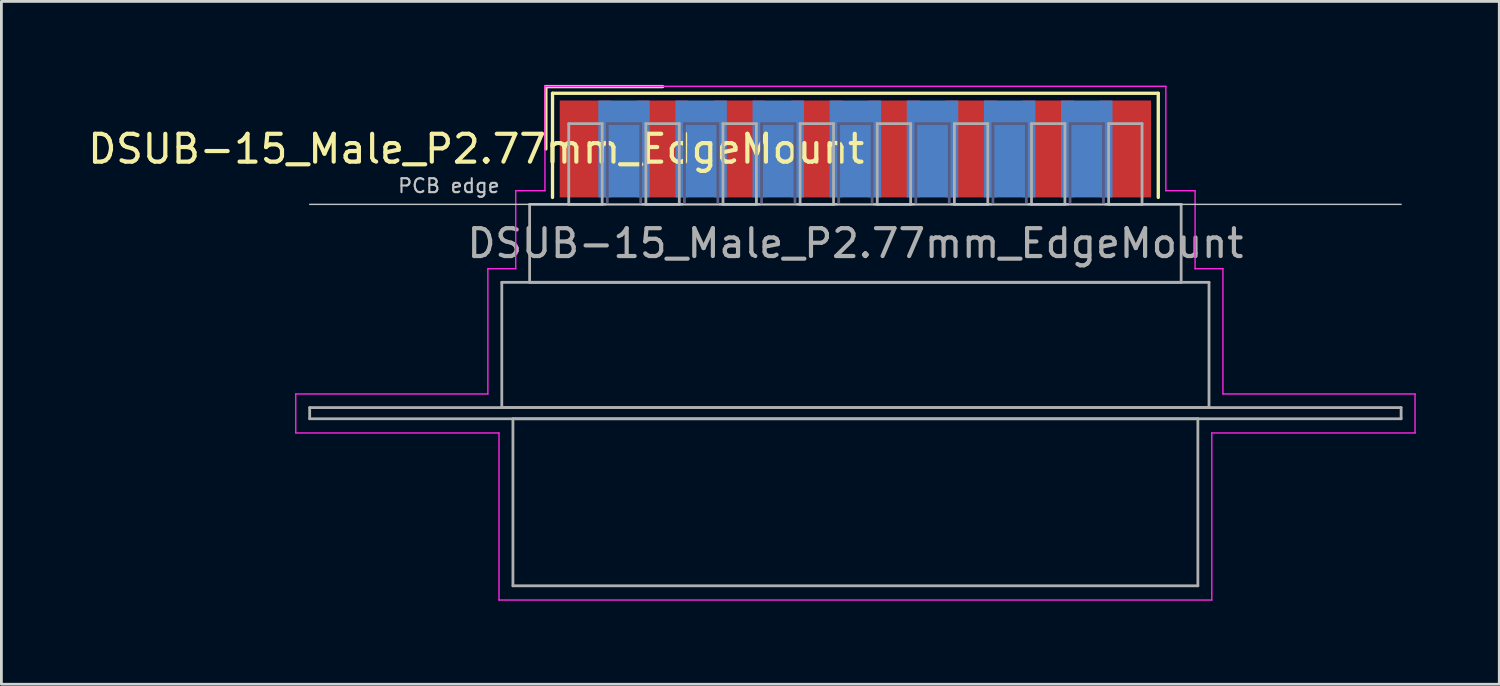
<source format=kicad_pcb>
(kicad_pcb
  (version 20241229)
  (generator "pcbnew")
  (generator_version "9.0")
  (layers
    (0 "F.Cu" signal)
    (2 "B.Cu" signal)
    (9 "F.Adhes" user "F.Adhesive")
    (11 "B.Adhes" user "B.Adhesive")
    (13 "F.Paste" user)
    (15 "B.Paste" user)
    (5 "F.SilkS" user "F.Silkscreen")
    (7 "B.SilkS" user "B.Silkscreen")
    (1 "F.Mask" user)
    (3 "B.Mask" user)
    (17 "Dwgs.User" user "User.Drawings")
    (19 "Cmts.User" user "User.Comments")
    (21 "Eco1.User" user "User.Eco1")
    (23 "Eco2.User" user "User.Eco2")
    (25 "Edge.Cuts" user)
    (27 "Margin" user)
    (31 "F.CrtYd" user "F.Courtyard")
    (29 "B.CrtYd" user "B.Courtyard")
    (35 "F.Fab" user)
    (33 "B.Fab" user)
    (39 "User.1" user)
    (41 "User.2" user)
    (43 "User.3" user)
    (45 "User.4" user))
  (footprint "DSUB-15_Male_P2.77mm_EdgeMount"
    (layer "F.Cu")
    (at 27.672 2.3)
    (property "Reference" "DSUB-15_Male_P2.77mm_EdgeMount" (at -13.618 0 0) (layer "F.SilkS") (effects (font (size 1 1) (thickness 0.15))))
    (attr smd)
    (fp_line (start -11.118 -2.24) (end -6.925 -2.24) (stroke (width 0.12) (type solid)) (layer "F.SilkS"))
    (fp_line (start -11.118 0) (end -11.118 -2.24) (stroke (width 0.12) (type solid)) (layer "F.SilkS"))
    (fp_line (start -10.878 -2) (end -10.878 1.74) (stroke (width 0.12) (type solid)) (layer "F.SilkS"))
    (fp_line (start 10.878 -2) (end -10.878 -2) (stroke (width 0.12) (type solid)) (layer "F.SilkS"))
    (fp_line (start 10.878 1.74) (end 10.878 -2) (stroke (width 0.12) (type solid)) (layer "F.SilkS"))
    (fp_line (start -19.6 1.99) (end 19.6 1.99) (stroke (width 0.05) (type solid)) (layer "Dwgs.User"))
    (fp_line (start -20.1 8.8) (end -13.2 8.8) (stroke (width 0.05) (type solid)) (layer "F.CrtYd"))
    (fp_line (start -20.1 10.2) (end -20.1 8.8) (stroke (width 0.05) (type solid)) (layer "F.CrtYd"))
    (fp_line (start -13.2 4.3) (end -12.2 4.3) (stroke (width 0.05) (type solid)) (layer "F.CrtYd"))
    (fp_line (start -13.2 8.8) (end -13.2 4.3) (stroke (width 0.05) (type solid)) (layer "F.CrtYd"))
    (fp_line (start -12.8 10.2) (end -20.1 10.2) (stroke (width 0.05) (type solid)) (layer "F.CrtYd"))
    (fp_line (start -12.8 16.2) (end -12.8 10.2) (stroke (width 0.05) (type solid)) (layer "F.CrtYd"))
    (fp_line (start -12.2 1.5) (end -11.15 1.5) (stroke (width 0.05) (type solid)) (layer "F.CrtYd"))
    (fp_line (start -12.2 4.3) (end -12.2 1.5) (stroke (width 0.05) (type solid)) (layer "F.CrtYd"))
    (fp_line (start -11.15 -2.25) (end 11.15 -2.25) (stroke (width 0.05) (type solid)) (layer "F.CrtYd"))
    (fp_line (start -11.15 1.5) (end -11.15 -2.25) (stroke (width 0.05) (type solid)) (layer "F.CrtYd"))
    (fp_line (start 11.15 -2.25) (end 11.15 1.5) (stroke (width 0.05) (type solid)) (layer "F.CrtYd"))
    (fp_line (start 11.15 1.5) (end 12.2 1.5) (stroke (width 0.05) (type solid)) (layer "F.CrtYd"))
    (fp_line (start 12.2 1.5) (end 12.2 4.3) (stroke (width 0.05) (type solid)) (layer "F.CrtYd"))
    (fp_line (start 12.2 4.3) (end 13.2 4.3) (stroke (width 0.05) (type solid)) (layer "F.CrtYd"))
    (fp_line (start 12.8 10.2) (end 12.8 16.2) (stroke (width 0.05) (type solid)) (layer "F.CrtYd"))
    (fp_line (start 12.8 16.2) (end -12.8 16.2) (stroke (width 0.05) (type solid)) (layer "F.CrtYd"))
    (fp_line (start 13.2 4.3) (end 13.2 8.8) (stroke (width 0.05) (type solid)) (layer "F.CrtYd"))
    (fp_line (start 13.2 8.8) (end 20.1 8.8) (stroke (width 0.05) (type solid)) (layer "F.CrtYd"))
    (fp_line (start 20.1 8.8) (end 20.1 10.2) (stroke (width 0.05) (type solid)) (layer "F.CrtYd"))
    (fp_line (start 20.1 10.2) (end 12.8 10.2) (stroke (width 0.05) (type solid)) (layer "F.CrtYd"))
    (fp_line (start -8.91 -0.91) (end -8.91 1.99) (stroke (width 0.1) (type solid)) (layer "B.Fab"))
    (fp_line (start -8.91 1.99) (end -7.71 1.99) (stroke (width 0.1) (type solid)) (layer "B.Fab"))
    (fp_line (start -7.71 -0.91) (end -8.91 -0.91) (stroke (width 0.1) (type solid)) (layer "B.Fab"))
    (fp_line (start -7.71 1.99) (end -7.71 -0.91) (stroke (width 0.1) (type solid)) (layer "B.Fab"))
    (fp_line (start -6.14 -0.91) (end -6.14 1.99) (stroke (width 0.1) (type solid)) (layer "B.Fab"))
    (fp_line (start -6.14 1.99) (end -4.94 1.99) (stroke (width 0.1) (type solid)) (layer "B.Fab"))
    (fp_line (start -4.94 -0.91) (end -6.14 -0.91) (stroke (width 0.1) (type solid)) (layer "B.Fab"))
    (fp_line (start -4.94 1.99) (end -4.94 -0.91) (stroke (width 0.1) (type solid)) (layer "B.Fab"))
    (fp_line (start -3.37 -0.91) (end -3.37 1.99) (stroke (width 0.1) (type solid)) (layer "B.Fab"))
    (fp_line (start -3.37 1.99) (end -2.17 1.99) (stroke (width 0.1) (type solid)) (layer "B.Fab"))
    (fp_line (start -2.17 -0.91) (end -3.37 -0.91) (stroke (width 0.1) (type solid)) (layer "B.Fab"))
    (fp_line (start -2.17 1.99) (end -2.17 -0.91) (stroke (width 0.1) (type solid)) (layer "B.Fab"))
    (fp_line (start -0.6 -0.91) (end -0.6 1.99) (stroke (width 0.1) (type solid)) (layer "B.Fab"))
    (fp_line (start -0.6 1.99) (end 0.6 1.99) (stroke (width 0.1) (type solid)) (layer "B.Fab"))
    (fp_line (start 0.6 -0.91) (end -0.6 -0.91) (stroke (width 0.1) (type solid)) (layer "B.Fab"))
    (fp_line (start 0.6 1.99) (end 0.6 -0.91) (stroke (width 0.1) (type solid)) (layer "B.Fab"))
    (fp_line (start 2.17 -0.91) (end 2.17 1.99) (stroke (width 0.1) (type solid)) (layer "B.Fab"))
    (fp_line (start 2.17 1.99) (end 3.37 1.99) (stroke (width 0.1) (type solid)) (layer "B.Fab"))
    (fp_line (start 3.37 -0.91) (end 2.17 -0.91) (stroke (width 0.1) (type solid)) (layer "B.Fab"))
    (fp_line (start 3.37 1.99) (end 3.37 -0.91) (stroke (width 0.1) (type solid)) (layer "B.Fab"))
    (fp_line (start 4.94 -0.91) (end 4.94 1.99) (stroke (width 0.1) (type solid)) (layer "B.Fab"))
    (fp_line (start 4.94 1.99) (end 6.14 1.99) (stroke (width 0.1) (type solid)) (layer "B.Fab"))
    (fp_line (start 6.14 -0.91) (end 4.94 -0.91) (stroke (width 0.1) (type solid)) (layer "B.Fab"))
    (fp_line (start 6.14 1.99) (end 6.14 -0.91) (stroke (width 0.1) (type solid)) (layer "B.Fab"))
    (fp_line (start 7.71 -0.91) (end 7.71 1.99) (stroke (width 0.1) (type solid)) (layer "B.Fab"))
    (fp_line (start 7.71 1.99) (end 8.91 1.99) (stroke (width 0.1) (type solid)) (layer "B.Fab"))
    (fp_line (start 8.91 -0.91) (end 7.71 -0.91) (stroke (width 0.1) (type solid)) (layer "B.Fab"))
    (fp_line (start 8.91 1.99) (end 8.91 -0.91) (stroke (width 0.1) (type solid)) (layer "B.Fab"))
    (fp_line (start -19.6 9.29) (end -19.6 9.69) (stroke (width 0.1) (type solid)) (layer "F.Fab"))
    (fp_line (start -19.6 9.69) (end 19.6 9.69) (stroke (width 0.1) (type solid)) (layer "F.Fab"))
    (fp_line (start -12.7 4.79) (end -12.7 9.29) (stroke (width 0.1) (type solid)) (layer "F.Fab"))
    (fp_line (start -12.7 9.29) (end 12.7 9.29) (stroke (width 0.1) (type solid)) (layer "F.Fab"))
    (fp_line (start -12.3 9.69) (end -12.3 15.69) (stroke (width 0.1) (type solid)) (layer "F.Fab"))
    (fp_line (start -12.3 15.69) (end 12.3 15.69) (stroke (width 0.1) (type solid)) (layer "F.Fab"))
    (fp_line (start -11.7 1.99) (end -11.7 4.79) (stroke (width 0.1) (type solid)) (layer "F.Fab"))
    (fp_line (start -11.7 4.79) (end 11.7 4.79) (stroke (width 0.1) (type solid)) (layer "F.Fab"))
    (fp_line (start -10.295 -0.91) (end -10.295 1.99) (stroke (width 0.1) (type solid)) (layer "F.Fab"))
    (fp_line (start -10.295 1.99) (end -9.095 1.99) (stroke (width 0.1) (type solid)) (layer "F.Fab"))
    (fp_line (start -9.095 -0.91) (end -10.295 -0.91) (stroke (width 0.1) (type solid)) (layer "F.Fab"))
    (fp_line (start -9.095 1.99) (end -9.095 -0.91) (stroke (width 0.1) (type solid)) (layer "F.Fab"))
    (fp_line (start -7.525 -0.91) (end -7.525 1.99) (stroke (width 0.1) (type solid)) (layer "F.Fab"))
    (fp_line (start -7.525 1.99) (end -6.325 1.99) (stroke (width 0.1) (type solid)) (layer "F.Fab"))
    (fp_line (start -6.325 -0.91) (end -7.525 -0.91) (stroke (width 0.1) (type solid)) (layer "F.Fab"))
    (fp_line (start -6.325 1.99) (end -6.325 -0.91) (stroke (width 0.1) (type solid)) (layer "F.Fab"))
    (fp_line (start -4.755 -0.91) (end -4.755 1.99) (stroke (width 0.1) (type solid)) (layer "F.Fab"))
    (fp_line (start -4.755 1.99) (end -3.555 1.99) (stroke (width 0.1) (type solid)) (layer "F.Fab"))
    (fp_line (start -3.555 -0.91) (end -4.755 -0.91) (stroke (width 0.1) (type solid)) (layer "F.Fab"))
    (fp_line (start -3.555 1.99) (end -3.555 -0.91) (stroke (width 0.1) (type solid)) (layer "F.Fab"))
    (fp_line (start -1.985 -0.91) (end -1.985 1.99) (stroke (width 0.1) (type solid)) (layer "F.Fab"))
    (fp_line (start -1.985 1.99) (end -0.785 1.99) (stroke (width 0.1) (type solid)) (layer "F.Fab"))
    (fp_line (start -0.785 -0.91) (end -1.985 -0.91) (stroke (width 0.1) (type solid)) (layer "F.Fab"))
    (fp_line (start -0.785 1.99) (end -0.785 -0.91) (stroke (width 0.1) (type solid)) (layer "F.Fab"))
    (fp_line (start 0.785 -0.91) (end 0.785 1.99) (stroke (width 0.1) (type solid)) (layer "F.Fab"))
    (fp_line (start 0.785 1.99) (end 1.985 1.99) (stroke (width 0.1) (type solid)) (layer "F.Fab"))
    (fp_line (start 1.985 -0.91) (end 0.785 -0.91) (stroke (width 0.1) (type solid)) (layer "F.Fab"))
    (fp_line (start 1.985 1.99) (end 1.985 -0.91) (stroke (width 0.1) (type solid)) (layer "F.Fab"))
    (fp_line (start 3.555 -0.91) (end 3.555 1.99) (stroke (width 0.1) (type solid)) (layer "F.Fab"))
    (fp_line (start 3.555 1.99) (end 4.755 1.99) (stroke (width 0.1) (type solid)) (layer "F.Fab"))
    (fp_line (start 4.755 -0.91) (end 3.555 -0.91) (stroke (width 0.1) (type solid)) (layer "F.Fab"))
    (fp_line (start 4.755 1.99) (end 4.755 -0.91) (stroke (width 0.1) (type solid)) (layer "F.Fab"))
    (fp_line (start 6.325 -0.91) (end 6.325 1.99) (stroke (width 0.1) (type solid)) (layer "F.Fab"))
    (fp_line (start 6.325 1.99) (end 7.525 1.99) (stroke (width 0.1) (type solid)) (layer "F.Fab"))
    (fp_line (start 7.525 -0.91) (end 6.325 -0.91) (stroke (width 0.1) (type solid)) (layer "F.Fab"))
    (fp_line (start 7.525 1.99) (end 7.525 -0.91) (stroke (width 0.1) (type solid)) (layer "F.Fab"))
    (fp_line (start 9.095 -0.91) (end 9.095 1.99) (stroke (width 0.1) (type solid)) (layer "F.Fab"))
    (fp_line (start 9.095 1.99) (end 10.295 1.99) (stroke (width 0.1) (type solid)) (layer "F.Fab"))
    (fp_line (start 10.295 -0.91) (end 9.095 -0.91) (stroke (width 0.1) (type solid)) (layer "F.Fab"))
    (fp_line (start 10.295 1.99) (end 10.295 -0.91) (stroke (width 0.1) (type solid)) (layer "F.Fab"))
    (fp_line (start 11.7 1.99) (end -11.7 1.99) (stroke (width 0.1) (type solid)) (layer "F.Fab"))
    (fp_line (start 11.7 4.79) (end 11.7 1.99) (stroke (width 0.1) (type solid)) (layer "F.Fab"))
    (fp_line (start 12.3 9.69) (end -12.3 9.69) (stroke (width 0.1) (type solid)) (layer "F.Fab"))
    (fp_line (start 12.3 15.69) (end 12.3 9.69) (stroke (width 0.1) (type solid)) (layer "F.Fab"))
    (fp_line (start 12.7 4.79) (end -12.7 4.79) (stroke (width 0.1) (type solid)) (layer "F.Fab"))
    (fp_line (start 12.7 9.29) (end 12.7 4.79) (stroke (width 0.1) (type solid)) (layer "F.Fab"))
    (fp_line (start 19.6 9.29) (end -19.6 9.29) (stroke (width 0.1) (type solid)) (layer "F.Fab"))
    (fp_line (start 19.6 9.69) (end 19.6 9.29) (stroke (width 0.1) (type solid)) (layer "F.Fab"))
    (fp_text user "PCB edge" (at -14.6 1.323 0) (layer "Dwgs.User") (effects (font (size 0.5 0.5) (thickness 0.075))))
    (fp_text user "${REFERENCE}" (at 0 3.39 0) (layer "F.Fab") (effects (font (size 1 1) (thickness 0.15))))
    (pad "1" smd rect (at -9.695 0) (size 1.847 3.48) (layers "F.Cu" "F.Mask" "F.Paste"))
    (pad "2" smd rect (at -6.925 0) (size 1.847 3.48) (layers "F.Cu" "F.Mask" "F.Paste"))
    (pad "3" smd rect (at -4.155 0) (size 1.847 3.48) (layers "F.Cu" "F.Mask" "F.Paste"))
    (pad "4" smd rect (at -1.385 0) (size 1.847 3.48) (layers "F.Cu" "F.Mask" "F.Paste"))
    (pad "5" smd rect (at 1.385 0) (size 1.847 3.48) (layers "F.Cu" "F.Mask" "F.Paste"))
    (pad "6" smd rect (at 4.155 0) (size 1.847 3.48) (layers "F.Cu" "F.Mask" "F.Paste"))
    (pad "7" smd rect (at 6.925 0) (size 1.847 3.48) (layers "F.Cu" "F.Mask" "F.Paste"))
    (pad "8" smd rect (at 9.695 0) (size 1.847 3.48) (layers "F.Cu" "F.Mask" "F.Paste"))
    (pad "9" smd rect (at -8.31 0) (size 1.847 3.48) (layers "B.Cu" "B.Mask" "B.Paste"))
    (pad "10" smd rect (at -5.54 0) (size 1.847 3.48) (layers "B.Cu" "B.Mask" "B.Paste"))
    (pad "11" smd rect (at -2.77 0) (size 1.847 3.48) (layers "B.Cu" "B.Mask" "B.Paste"))
    (pad "12" smd rect (at 0 0) (size 1.847 3.48) (layers "B.Cu" "B.Mask" "B.Paste"))
    (pad "13" smd rect (at 2.77 0) (size 1.847 3.48) (layers "B.Cu" "B.Mask" "B.Paste"))
    (pad "14" smd rect (at 5.54 0) (size 1.847 3.48) (layers "B.Cu" "B.Mask" "B.Paste"))
    (pad "15" smd rect (at 8.31 0) (size 1.847 3.48) (layers "B.Cu" "B.Mask" "B.Paste")))
  (gr_rect
    (start -3 -3)
    (end 50.797 21.525)
    (stroke (width 0.1) (type default))
    (fill no)
    (layer "Edge.Cuts")))
</source>
